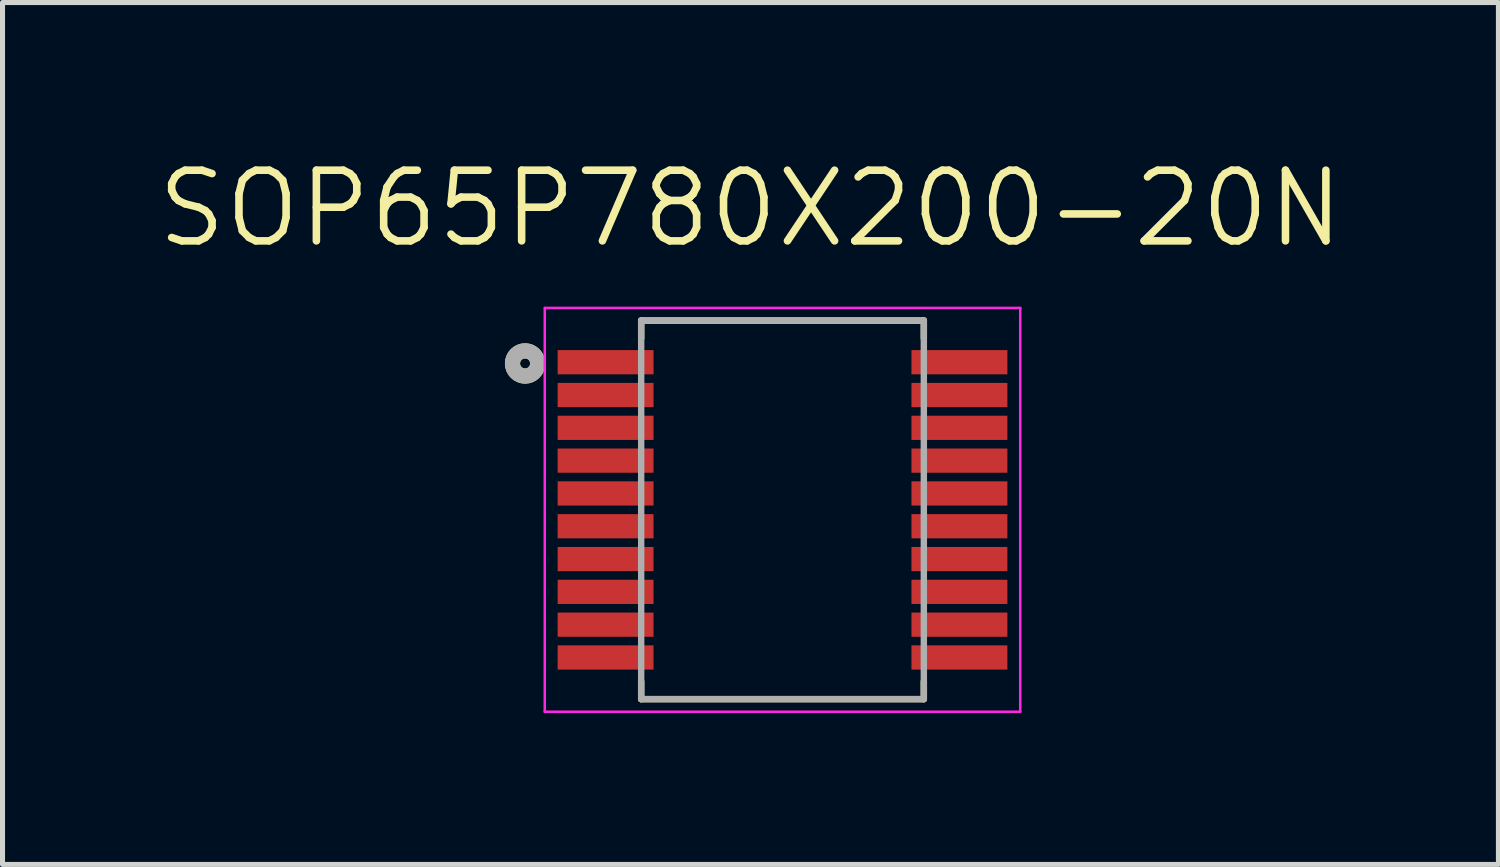
<source format=kicad_pcb>
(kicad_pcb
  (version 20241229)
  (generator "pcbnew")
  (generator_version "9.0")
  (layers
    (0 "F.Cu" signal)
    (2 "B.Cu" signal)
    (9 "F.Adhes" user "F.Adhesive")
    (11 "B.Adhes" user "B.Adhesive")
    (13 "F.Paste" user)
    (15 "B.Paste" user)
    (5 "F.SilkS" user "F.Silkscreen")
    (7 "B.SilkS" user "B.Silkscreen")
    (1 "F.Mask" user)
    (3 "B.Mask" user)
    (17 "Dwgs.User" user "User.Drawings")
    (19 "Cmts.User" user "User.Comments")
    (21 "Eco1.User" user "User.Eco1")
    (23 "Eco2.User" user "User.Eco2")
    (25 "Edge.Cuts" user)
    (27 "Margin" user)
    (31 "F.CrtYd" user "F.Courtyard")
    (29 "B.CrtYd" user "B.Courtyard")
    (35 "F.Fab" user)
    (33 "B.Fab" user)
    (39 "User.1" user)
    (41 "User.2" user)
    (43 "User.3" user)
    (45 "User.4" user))
  (footprint "SOP65P780X200-20N"
    (layer "F.Cu")
    (at 12.453 7.051)
    (property "Reference" "SOP65P780X200-20N" (at -0.635 -5.969 0) (layer "F.SilkS") (effects (font (size 1.4 1.4) (thickness 0.15))))
    (attr smd)
    (fp_line (start -2.8 -3.75) (end 2.8 -3.75) (stroke (width 0.127) (type solid)) (layer "F.SilkS"))
    (fp_line (start -2.8 -3.4) (end -2.8 -3.75) (stroke (width 0.127) (type solid)) (layer "F.SilkS"))
    (fp_line (start -2.8 3.4) (end -2.8 3.75) (stroke (width 0.127) (type solid)) (layer "F.SilkS"))
    (fp_line (start -2.8 3.75) (end 2.8 3.75) (stroke (width 0.127) (type solid)) (layer "F.SilkS"))
    (fp_line (start 2.8 -3.75) (end 2.8 -3.4) (stroke (width 0.127) (type solid)) (layer "F.SilkS"))
    (fp_line (start 2.8 3.75) (end 2.8 3.4) (stroke (width 0.127) (type solid)) (layer "F.SilkS"))
    (fp_circle (center -5.1 -2.9) (end -5 -2.9) (stroke (width 0.3) (type solid)) (fill no) (layer "F.SilkS"))
    (fp_line (start -4.71 -4) (end 4.71 -4) (stroke (width 0.05) (type solid)) (layer "F.CrtYd"))
    (fp_line (start -4.71 4) (end -4.71 -4) (stroke (width 0.05) (type solid)) (layer "F.CrtYd"))
    (fp_line (start 4.71 -4) (end 4.71 4) (stroke (width 0.05) (type solid)) (layer "F.CrtYd"))
    (fp_line (start 4.71 4) (end -4.71 4) (stroke (width 0.05) (type solid)) (layer "F.CrtYd"))
    (fp_line (start -2.8 -3.75) (end 2.8 -3.75) (stroke (width 0.127) (type solid)) (layer "F.Fab"))
    (fp_line (start -2.8 3.75) (end -2.8 -3.75) (stroke (width 0.127) (type solid)) (layer "F.Fab"))
    (fp_line (start 2.8 -3.75) (end 2.8 3.75) (stroke (width 0.127) (type solid)) (layer "F.Fab"))
    (fp_line (start 2.8 3.75) (end -2.8 3.75) (stroke (width 0.127) (type solid)) (layer "F.Fab"))
    (fp_circle (center -5.1 -2.9) (end -5 -2.9) (stroke (width 0.3) (type solid)) (fill no) (layer "F.Fab"))
    (pad "1" smd rect (at -3.505 -2.925) (size 1.9 0.48) (layers "F.Cu" "F.Mask" "F.Paste"))
    (pad "2" smd rect (at -3.505 -2.275) (size 1.9 0.48) (layers "F.Cu" "F.Mask" "F.Paste"))
    (pad "3" smd rect (at -3.505 -1.625) (size 1.9 0.48) (layers "F.Cu" "F.Mask" "F.Paste"))
    (pad "4" smd rect (at -3.505 -0.975) (size 1.9 0.48) (layers "F.Cu" "F.Mask" "F.Paste"))
    (pad "5" smd rect (at -3.505 -0.325) (size 1.9 0.48) (layers "F.Cu" "F.Mask" "F.Paste"))
    (pad "6" smd rect (at -3.505 0.325) (size 1.9 0.48) (layers "F.Cu" "F.Mask" "F.Paste"))
    (pad "7" smd rect (at -3.505 0.975) (size 1.9 0.48) (layers "F.Cu" "F.Mask" "F.Paste"))
    (pad "8" smd rect (at -3.505 1.625) (size 1.9 0.48) (layers "F.Cu" "F.Mask" "F.Paste"))
    (pad "9" smd rect (at -3.505 2.275) (size 1.9 0.48) (layers "F.Cu" "F.Mask" "F.Paste"))
    (pad "10" smd rect (at -3.505 2.925) (size 1.9 0.48) (layers "F.Cu" "F.Mask" "F.Paste"))
    (pad "11" smd rect (at 3.505 2.925) (size 1.9 0.48) (layers "F.Cu" "F.Mask" "F.Paste"))
    (pad "12" smd rect (at 3.505 2.275) (size 1.9 0.48) (layers "F.Cu" "F.Mask" "F.Paste"))
    (pad "13" smd rect (at 3.505 1.625) (size 1.9 0.48) (layers "F.Cu" "F.Mask" "F.Paste"))
    (pad "14" smd rect (at 3.505 0.975) (size 1.9 0.48) (layers "F.Cu" "F.Mask" "F.Paste"))
    (pad "15" smd rect (at 3.505 0.325) (size 1.9 0.48) (layers "F.Cu" "F.Mask" "F.Paste"))
    (pad "16" smd rect (at 3.505 -0.325) (size 1.9 0.48) (layers "F.Cu" "F.Mask" "F.Paste"))
    (pad "17" smd rect (at 3.505 -0.975) (size 1.9 0.48) (layers "F.Cu" "F.Mask" "F.Paste"))
    (pad "18" smd rect (at 3.505 -1.625) (size 1.9 0.48) (layers "F.Cu" "F.Mask" "F.Paste"))
    (pad "19" smd rect (at 3.505 -2.275) (size 1.9 0.48) (layers "F.Cu" "F.Mask" "F.Paste"))
    (pad "20" smd rect (at 3.505 -2.925) (size 1.9 0.48) (layers "F.Cu" "F.Mask" "F.Paste")))
  (gr_rect
    (start -3 -3)
    (end 26.637 14.076)
    (stroke (width 0.1) (type default))
    (fill no)
    (layer "Edge.Cuts")))
</source>
